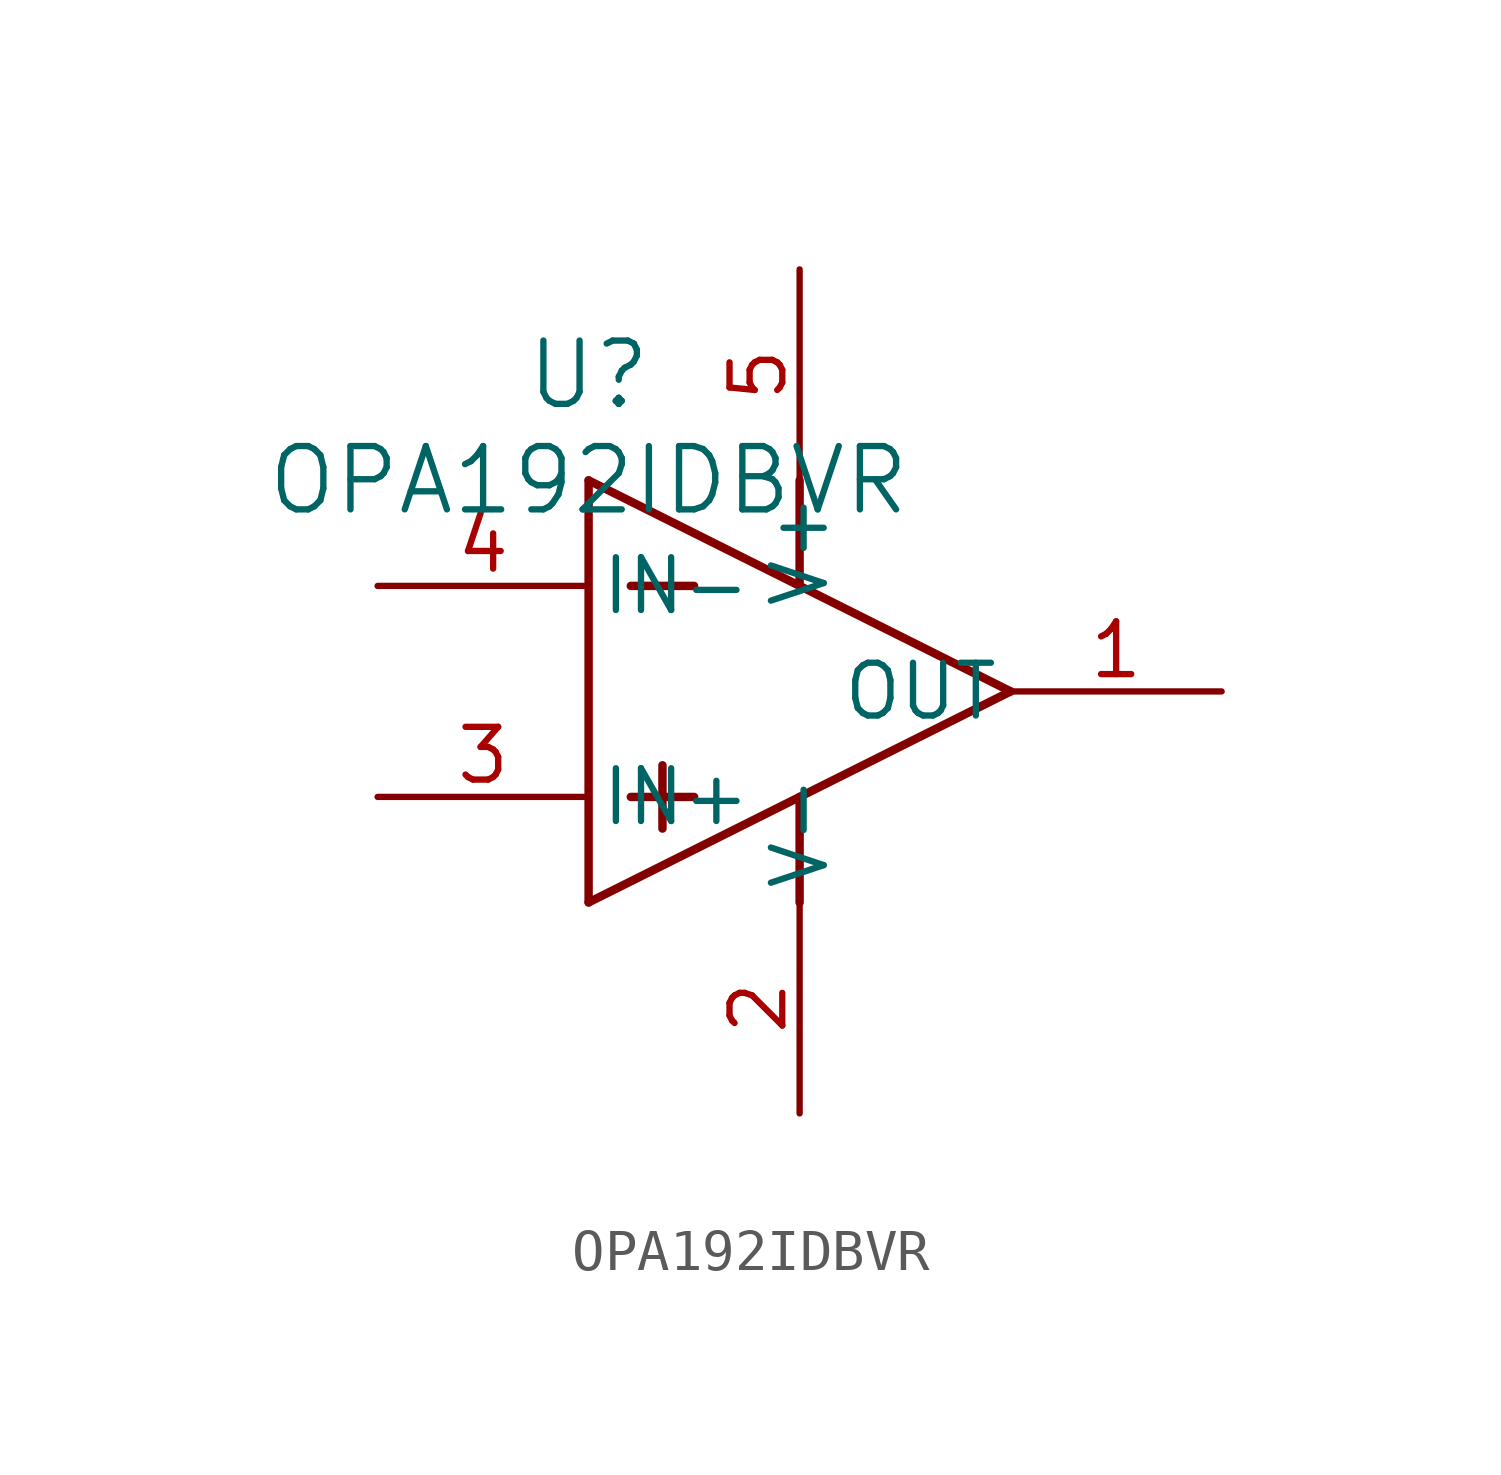
<source format=kicad_sym>
(kicad_symbol_lib
  (version 20211014)
  (generator kicad_symbol_editor)
  (symbol "OPA192IDBVR"
    (pin_names
      (offset 0.254))
    (property "Reference" "U"
      (at 0 2.54 0)
      (effects (font (size 1.524 1.524))))
    (property "Value" "OPA192IDBVR"
      (at 0 0 0)
      (effects (font (size 1.524 1.524))))
    (symbol "OPA192IDBVR_0_1"
      (polyline (pts (xy 0 0) (xy 10.16 -5.08)) (stroke (width 0.203) (type default) (color 0 0 0 0)) (fill (type none)))
      (polyline (pts (xy 0 -10.16) (xy 10.16 -5.08)) (stroke (width 0.203) (type default) (color 0 0 0 0)) (fill (type none)))
      (polyline (pts (xy 0 0) (xy 0 -10.16)) (stroke (width 0.203) (type default) (color 0 0 0 0)) (fill (type none)))
      (polyline (pts (xy 1.016 -2.54) (xy 2.54 -2.54)) (stroke (width 0.203) (type default) (color 0 0 0 0)) (fill (type none)))
      (polyline (pts (xy 1.016 -7.62) (xy 2.54 -7.62)) (stroke (width 0.203) (type default) (color 0 0 0 0)) (fill (type none)))
      (polyline (pts (xy 1.778 -6.858) (xy 1.778 -8.382)) (stroke (width 0.203) (type default) (color 0 0 0 0)) (fill (type none)))
      (polyline (pts (xy 5.08 0) (xy 5.08 -2.54)) (stroke (width 0.203) (type default) (color 0 0 0 0)) (fill (type none)))
      (polyline (pts (xy 5.08 -7.62) (xy 5.08 -10.16)) (stroke (width 0.203) (type default) (color 0 0 0 0)) (fill (type none)))
      (pin output line (at 15.24 -5.08 180) (length 5.08) (name "OUT" (effects (font (size 1.27 1.27)))) (number "1" (effects (font (size 1.27 1.27)))))
      (pin power_in line (at 5.08 -15.24 90) (length 5.08) (name "V-" (effects (font (size 1.27 1.27)))) (number "2" (effects (font (size 1.27 1.27)))))
      (pin input line (at -5.08 -7.62 0) (length 5.08) (name "IN+" (effects (font (size 1.27 1.27)))) (number "3" (effects (font (size 1.27 1.27)))))
      (pin input line (at -5.08 -2.54 0) (length 5.08) (name "IN-" (effects (font (size 1.27 1.27)))) (number "4" (effects (font (size 1.27 1.27)))))
      (pin power_in line (at 5.08 5.08 270) (length 5.08) (name "V+" (effects (font (size 1.27 1.27)))) (number "5" (effects (font (size 1.27 1.27))))))))
</source>
